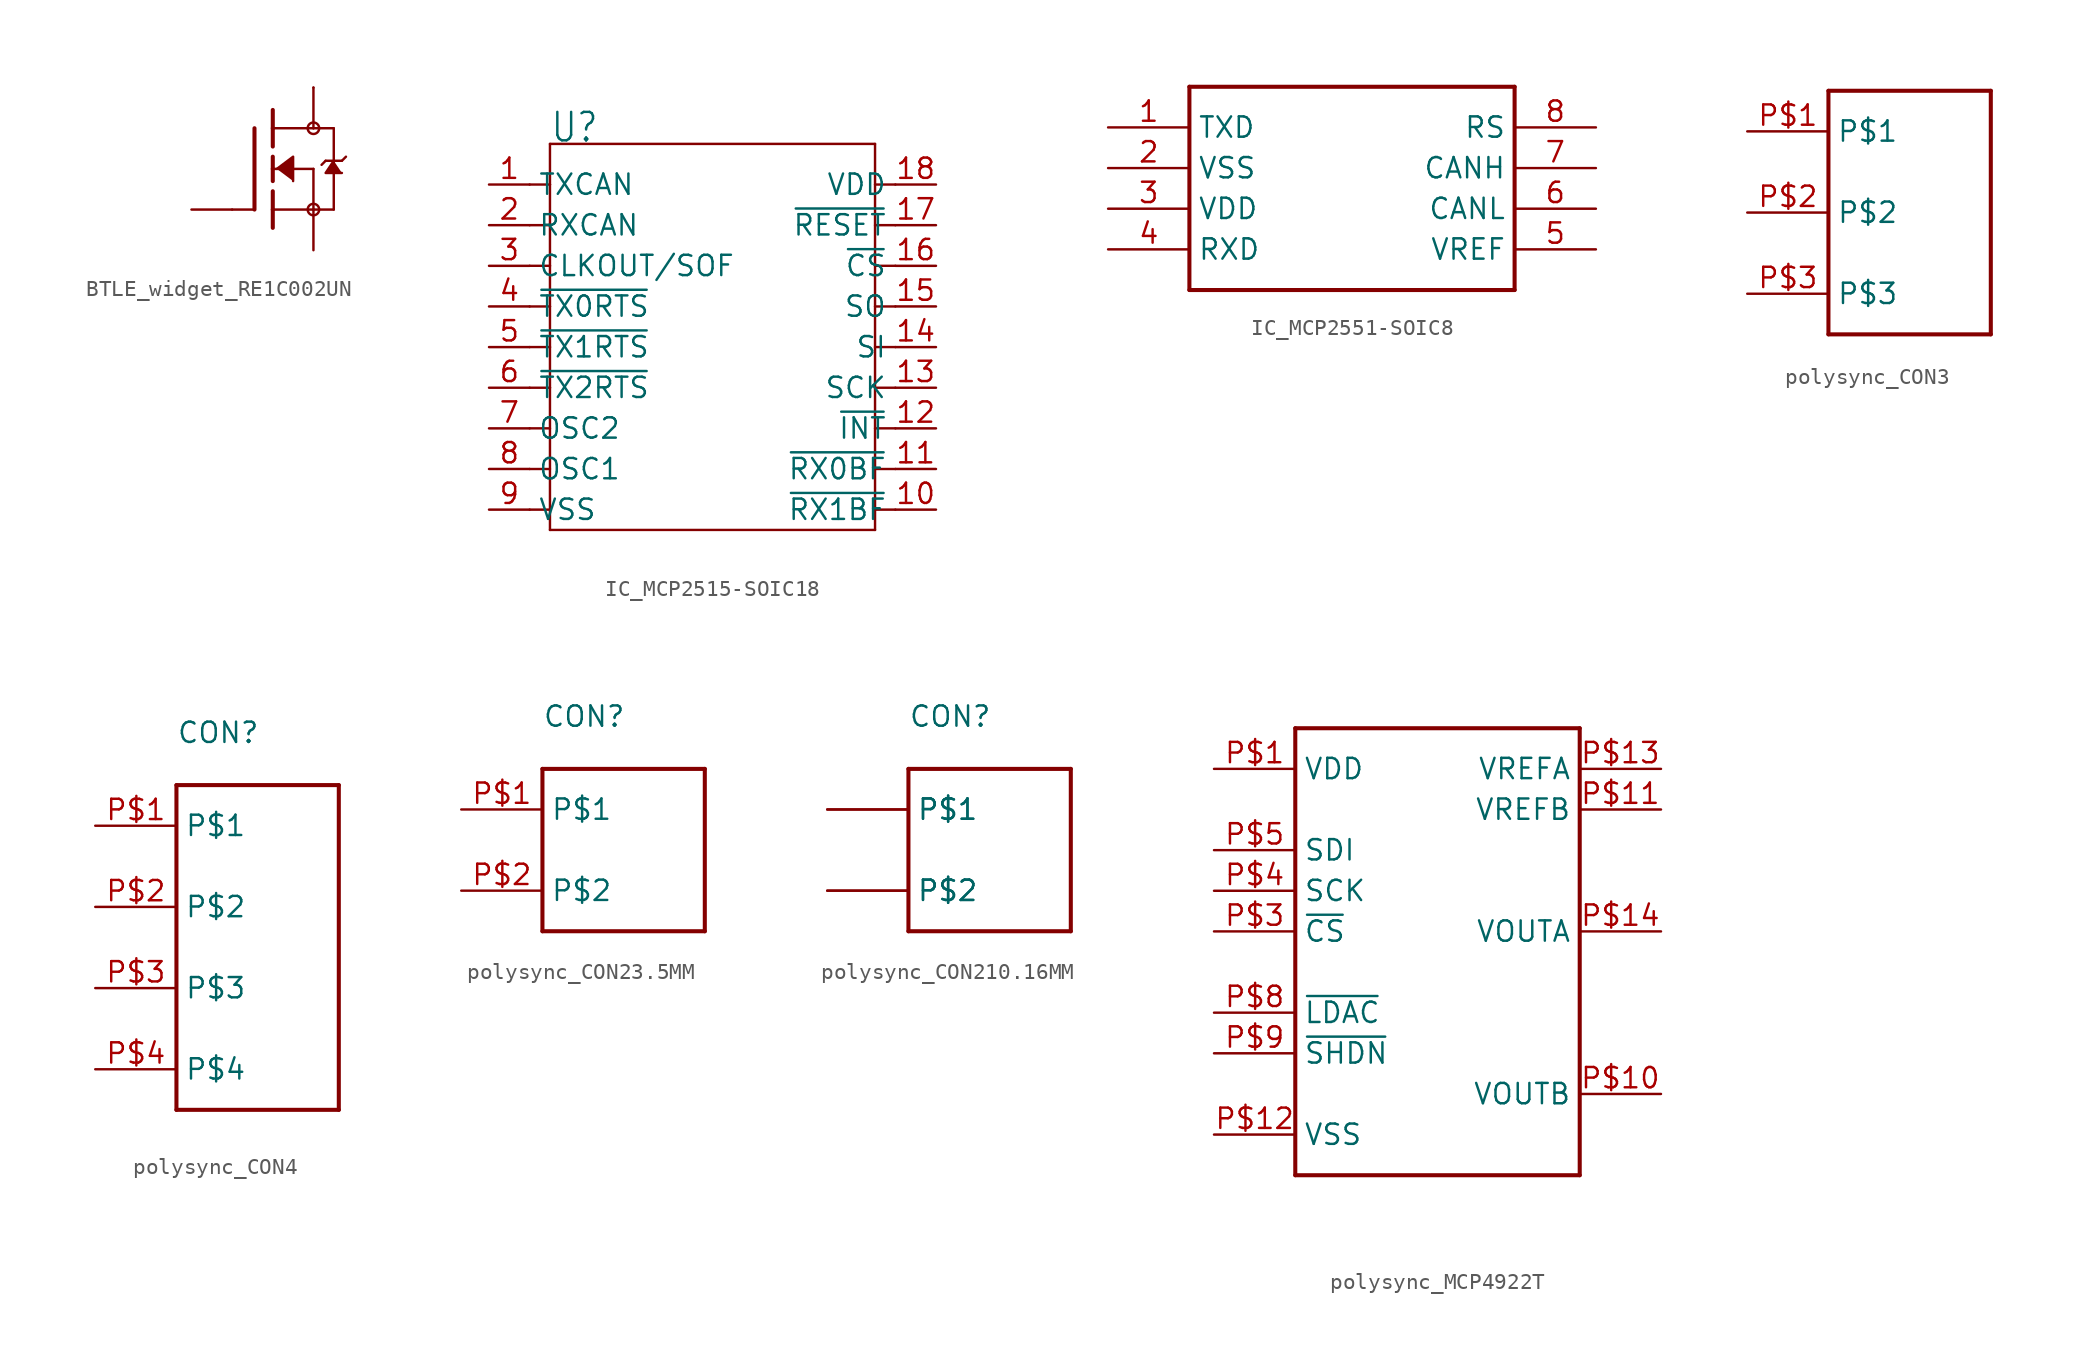
<source format=kicad_sym>
(kicad_symbol_lib
  (version 20220914)
  (generator kicad_symbol_editor)
  (symbol "BTLE_widget_RE1C002UN"
    (property "Reference" ""
      (at -11.43 2.54 0)
      (effects (font (size 1.778 1.511)) (justify left bottom) hide))
    (property "Value" ""
      (at -11.43 0 0)
      (effects (font (size 1.778 1.511)) (justify left bottom)))
    (property "ki_locked" ""
      (at 0 0 0)
      (effects (font (size 1.27 1.27))))
    (symbol "BTLE_widget_RE1C002UN_1_0"
      (polyline (pts (xy -2.54 -2.54) (xy -1.219 -2.54)) (stroke (width 0.152) (type solid)) (fill (type none)))
      (polyline (pts (xy -1.143 2.54) (xy -1.143 -2.54)) (stroke (width 0.254) (type solid)) (fill (type none)))
      (polyline (pts (xy 0 -2.54) (xy 0 -3.683)) (stroke (width 0.254) (type solid)) (fill (type none)))
      (polyline (pts (xy 0 -1.397) (xy 0 -2.54)) (stroke (width 0.254) (type solid)) (fill (type none)))
      (polyline (pts (xy 0 0) (xy 0 -0.762)) (stroke (width 0.254) (type solid)) (fill (type none)))
      (polyline (pts (xy 0 0) (xy 2.54 0)) (stroke (width 0.152) (type solid)) (fill (type none)))
      (polyline (pts (xy 0 0.762) (xy 0 0)) (stroke (width 0.254) (type solid)) (fill (type none)))
      (polyline (pts (xy 0 2.54) (xy 0 1.397)) (stroke (width 0.254) (type solid)) (fill (type none)))
      (polyline (pts (xy 0 2.54) (xy 2.54 2.54)) (stroke (width 0.152) (type solid)) (fill (type none)))
      (polyline (pts (xy 0 3.683) (xy 0 2.54)) (stroke (width 0.254) (type solid)) (fill (type none)))
      (polyline (pts (xy 2.54 -2.54) (xy 0 -2.54)) (stroke (width 0.152) (type solid)) (fill (type none)))
      (polyline (pts (xy 2.54 -2.54) (xy 3.81 -2.54)) (stroke (width 0.152) (type solid)) (fill (type none)))
      (polyline (pts (xy 2.54 0) (xy 2.54 -2.54)) (stroke (width 0.152) (type solid)) (fill (type none)))
      (polyline (pts (xy 2.54 2.54) (xy 2.54 5.08)) (stroke (width 0.152) (type solid)) (fill (type none)))
      (polyline (pts (xy 2.54 2.54) (xy 3.81 2.54)) (stroke (width 0.152) (type solid)) (fill (type none)))
      (polyline (pts (xy 3.302 0.508) (xy 3.048 0.254)) (stroke (width 0.152) (type solid)) (fill (type none)))
      (polyline (pts (xy 3.81 0.508) (xy 3.302 0.508)) (stroke (width 0.152) (type solid)) (fill (type none)))
      (polyline (pts (xy 3.81 0.508) (xy 3.81 -2.54)) (stroke (width 0.152) (type solid)) (fill (type none)))
      (polyline (pts (xy 3.81 2.54) (xy 3.81 0.508)) (stroke (width 0.152) (type solid)) (fill (type none)))
      (polyline (pts (xy 4.318 0.508) (xy 3.81 0.508)) (stroke (width 0.152) (type solid)) (fill (type none)))
      (polyline (pts (xy 4.572 0.762) (xy 4.318 0.508)) (stroke (width 0.152) (type solid)) (fill (type none)))
      (polyline (pts (xy 0.254 0) (xy 1.27 0.762) (xy 1.27 -0.762)) (stroke (width 0.152) (type solid)) (fill (type outline)))
      (polyline (pts (xy 3.81 0.508) (xy 3.302 -0.254) (xy 4.318 -0.254)) (stroke (width 0.152) (type solid)) (fill (type outline)))
      (circle (center 2.54 -2.54) (radius 0.359) (stroke (width 0) (type solid)) (fill (type none)))
      (circle (center 2.54 2.54) (radius 0.359) (stroke (width 0) (type solid)) (fill (type none)))
      (pin passive line (at -5.08 -2.54 0) (length 2.54) (name "G" (effects (font (size 0 0)))) (number "P$1" (effects (font (size 0 0)))))
      (pin passive line (at 2.54 -5.08 90) (length 2.54) (name "S" (effects (font (size 0 0)))) (number "P$2" (effects (font (size 0 0)))))
      (pin passive line (at 2.54 5.08 180) (length 0) (name "D" (effects (font (size 0 0)))) (number "P$3" (effects (font (size 0 0)))))))
  (symbol "IC_MCP2515-SOIC18"
    (property "Reference" "U"
      (at -10.16 12.7 0)
      (effects (font (size 1.778 1.511)) (justify left bottom)))
    (property "Value" ""
      (at 1.27 12.7 0)
      (effects (font (size 1.778 1.511)) (justify left bottom)))
    (property "ki_locked" ""
      (at 0 0 0)
      (effects (font (size 1.27 1.27))))
    (symbol "IC_MCP2515-SOIC18_1_0"
      (polyline (pts (xy -11.43 -10.16) (xy -10.16 -10.16)) (stroke (width 0.152) (type solid)) (fill (type none)))
      (polyline (pts (xy -11.43 -7.62) (xy -10.16 -7.62)) (stroke (width 0.152) (type solid)) (fill (type none)))
      (polyline (pts (xy -11.43 -5.08) (xy -10.16 -5.08)) (stroke (width 0.152) (type solid)) (fill (type none)))
      (polyline (pts (xy -11.43 -2.54) (xy -10.16 -2.54)) (stroke (width 0.152) (type solid)) (fill (type none)))
      (polyline (pts (xy -11.43 0) (xy -10.16 0)) (stroke (width 0.152) (type solid)) (fill (type none)))
      (polyline (pts (xy -11.43 2.54) (xy -10.16 2.54)) (stroke (width 0.152) (type solid)) (fill (type none)))
      (polyline (pts (xy -11.43 5.08) (xy -10.16 5.08)) (stroke (width 0.152) (type solid)) (fill (type none)))
      (polyline (pts (xy -11.43 7.62) (xy -10.16 7.62)) (stroke (width 0.152) (type solid)) (fill (type none)))
      (polyline (pts (xy -11.43 10.16) (xy -10.16 10.16)) (stroke (width 0.152) (type solid)) (fill (type none)))
      (polyline (pts (xy -10.16 -11.43) (xy -10.16 -2.54)) (stroke (width 0.152) (type solid)) (fill (type none)))
      (polyline (pts (xy -10.16 -2.54) (xy -10.16 0)) (stroke (width 0.152) (type solid)) (fill (type none)))
      (polyline (pts (xy -10.16 0) (xy -10.16 2.54)) (stroke (width 0.152) (type solid)) (fill (type none)))
      (polyline (pts (xy -10.16 2.54) (xy -10.16 5.08)) (stroke (width 0.152) (type solid)) (fill (type none)))
      (polyline (pts (xy -10.16 5.08) (xy -10.16 7.62)) (stroke (width 0.152) (type solid)) (fill (type none)))
      (polyline (pts (xy -10.16 7.62) (xy -10.16 10.16)) (stroke (width 0.152) (type solid)) (fill (type none)))
      (polyline (pts (xy -10.16 10.16) (xy -10.16 12.7)) (stroke (width 0.152) (type solid)) (fill (type none)))
      (polyline (pts (xy -10.16 12.7) (xy 10.16 12.7)) (stroke (width 0.152) (type solid)) (fill (type none)))
      (polyline (pts (xy 10.16 -11.43) (xy -10.16 -11.43)) (stroke (width 0.152) (type solid)) (fill (type none)))
      (polyline (pts (xy 10.16 -10.16) (xy 11.43 -10.16)) (stroke (width 0.152) (type solid)) (fill (type none)))
      (polyline (pts (xy 10.16 -7.62) (xy 11.43 -7.62)) (stroke (width 0.152) (type solid)) (fill (type none)))
      (polyline (pts (xy 10.16 -5.08) (xy 11.43 -5.08)) (stroke (width 0.152) (type solid)) (fill (type none)))
      (polyline (pts (xy 10.16 -2.54) (xy 11.43 -2.54)) (stroke (width 0.152) (type solid)) (fill (type none)))
      (polyline (pts (xy 10.16 0) (xy 11.43 0)) (stroke (width 0.152) (type solid)) (fill (type none)))
      (polyline (pts (xy 10.16 2.54) (xy 11.43 2.54)) (stroke (width 0.152) (type solid)) (fill (type none)))
      (polyline (pts (xy 10.16 5.08) (xy 11.43 5.08)) (stroke (width 0.152) (type solid)) (fill (type none)))
      (polyline (pts (xy 10.16 7.62) (xy 11.43 7.62)) (stroke (width 0.152) (type solid)) (fill (type none)))
      (polyline (pts (xy 10.16 10.16) (xy 11.43 10.16)) (stroke (width 0.152) (type solid)) (fill (type none)))
      (polyline (pts (xy 10.16 12.7) (xy 10.16 -11.43)) (stroke (width 0.152) (type solid)) (fill (type none)))
      (pin output line (at -13.97 10.16 0) (length 2.54) (name "TXCAN" (effects (font (size 1.27 1.27)))) (number "1" (effects (font (size 1.27 1.27)))))
      (pin output line (at 13.97 -10.16 180) (length 2.54) (name "~{RX1BF}" (effects (font (size 1.27 1.27)))) (number "10" (effects (font (size 1.27 1.27)))))
      (pin output line (at 13.97 -7.62 180) (length 2.54) (name "~{RX0BF}" (effects (font (size 1.27 1.27)))) (number "11" (effects (font (size 1.27 1.27)))))
      (pin output line (at 13.97 -5.08 180) (length 2.54) (name "~{INT}" (effects (font (size 1.27 1.27)))) (number "12" (effects (font (size 1.27 1.27)))))
      (pin input line (at 13.97 -2.54 180) (length 2.54) (name "SCK" (effects (font (size 1.27 1.27)))) (number "13" (effects (font (size 1.27 1.27)))))
      (pin input line (at 13.97 0 180) (length 2.54) (name "SI" (effects (font (size 1.27 1.27)))) (number "14" (effects (font (size 1.27 1.27)))))
      (pin output line (at 13.97 2.54 180) (length 2.54) (name "SO" (effects (font (size 1.27 1.27)))) (number "15" (effects (font (size 1.27 1.27)))))
      (pin input line (at 13.97 5.08 180) (length 2.54) (name "~{CS}" (effects (font (size 1.27 1.27)))) (number "16" (effects (font (size 1.27 1.27)))))
      (pin input line (at 13.97 7.62 180) (length 2.54) (name "~{RESET}" (effects (font (size 1.27 1.27)))) (number "17" (effects (font (size 1.27 1.27)))))
      (pin power_in line (at 13.97 10.16 180) (length 2.54) (name "VDD" (effects (font (size 1.27 1.27)))) (number "18" (effects (font (size 1.27 1.27)))))
      (pin input line (at -13.97 7.62 0) (length 2.54) (name "RXCAN" (effects (font (size 1.27 1.27)))) (number "2" (effects (font (size 1.27 1.27)))))
      (pin output line (at -13.97 5.08 0) (length 2.54) (name "CLKOUT/SOF" (effects (font (size 1.27 1.27)))) (number "3" (effects (font (size 1.27 1.27)))))
      (pin input line (at -13.97 2.54 0) (length 2.54) (name "~{TX0RTS}" (effects (font (size 1.27 1.27)))) (number "4" (effects (font (size 1.27 1.27)))))
      (pin input line (at -13.97 0 0) (length 2.54) (name "~{TX1RTS}" (effects (font (size 1.27 1.27)))) (number "5" (effects (font (size 1.27 1.27)))))
      (pin input line (at -13.97 -2.54 0) (length 2.54) (name "~{TX2RTS}" (effects (font (size 1.27 1.27)))) (number "6" (effects (font (size 1.27 1.27)))))
      (pin output line (at -13.97 -5.08 0) (length 2.54) (name "OSC2" (effects (font (size 1.27 1.27)))) (number "7" (effects (font (size 1.27 1.27)))))
      (pin input line (at -13.97 -7.62 0) (length 2.54) (name "OSC1" (effects (font (size 1.27 1.27)))) (number "8" (effects (font (size 1.27 1.27)))))
      (pin power_in line (at -13.97 -10.16 0) (length 2.54) (name "VSS" (effects (font (size 1.27 1.27)))) (number "9" (effects (font (size 1.27 1.27)))))))
  (symbol "IC_MCP2551-SOIC8"
    (property "Reference" "U"
      (at -10.16 6.35 0)
      (effects (font (size 1.778 1.511)) (justify left bottom) hide))
    (property "ki_locked" ""
      (at 0 0 0)
      (effects (font (size 1.27 1.27))))
    (symbol "IC_MCP2551-SOIC8_1_0"
      (polyline (pts (xy -10.16 -6.35) (xy 10.16 -6.35)) (stroke (width 0.254) (type solid)) (fill (type none)))
      (polyline (pts (xy -10.16 6.35) (xy -10.16 -6.35)) (stroke (width 0.254) (type solid)) (fill (type none)))
      (polyline (pts (xy 10.16 -6.35) (xy 10.16 6.35)) (stroke (width 0.254) (type solid)) (fill (type none)))
      (polyline (pts (xy 10.16 6.35) (xy -10.16 6.35)) (stroke (width 0.254) (type solid)) (fill (type none)))
      (pin bidirectional line (at -15.24 3.81 0) (length 5.08) (name "TXD" (effects (font (size 1.27 1.27)))) (number "1" (effects (font (size 1.27 1.27)))))
      (pin bidirectional line (at -15.24 1.27 0) (length 5.08) (name "VSS" (effects (font (size 1.27 1.27)))) (number "2" (effects (font (size 1.27 1.27)))))
      (pin bidirectional line (at -15.24 -1.27 0) (length 5.08) (name "VDD" (effects (font (size 1.27 1.27)))) (number "3" (effects (font (size 1.27 1.27)))))
      (pin bidirectional line (at -15.24 -3.81 0) (length 5.08) (name "RXD" (effects (font (size 1.27 1.27)))) (number "4" (effects (font (size 1.27 1.27)))))
      (pin bidirectional line (at 15.24 -3.81 180) (length 5.08) (name "VREF" (effects (font (size 1.27 1.27)))) (number "5" (effects (font (size 1.27 1.27)))))
      (pin bidirectional line (at 15.24 -1.27 180) (length 5.08) (name "CANL" (effects (font (size 1.27 1.27)))) (number "6" (effects (font (size 1.27 1.27)))))
      (pin bidirectional line (at 15.24 1.27 180) (length 5.08) (name "CANH" (effects (font (size 1.27 1.27)))) (number "7" (effects (font (size 1.27 1.27)))))
      (pin bidirectional line (at 15.24 3.81 180) (length 5.08) (name "RS" (effects (font (size 1.27 1.27)))) (number "8" (effects (font (size 1.27 1.27)))))))
  (symbol "polysync_CON3"
    (property "Reference" ""
      (at -5.08 10.16 0)
      (effects (font (size 1.27 1.27)) (justify left bottom) hide))
    (property "ki_locked" ""
      (at 0 0 0)
      (effects (font (size 1.27 1.27))))
    (symbol "polysync_CON3_1_0"
      (polyline (pts (xy -5.08 -7.62) (xy -5.08 7.62)) (stroke (width 0.254) (type solid)) (fill (type none)))
      (polyline (pts (xy -5.08 7.62) (xy 5.08 7.62)) (stroke (width 0.254) (type solid)) (fill (type none)))
      (polyline (pts (xy 5.08 -7.62) (xy -5.08 -7.62)) (stroke (width 0.254) (type solid)) (fill (type none)))
      (polyline (pts (xy 5.08 7.62) (xy 5.08 -7.62)) (stroke (width 0.254) (type solid)) (fill (type none)))
      (pin bidirectional line (at -10.16 5.08 0) (length 5.08) (name "P$1" (effects (font (size 1.27 1.27)))) (number "P$1" (effects (font (size 1.27 1.27)))))
      (pin bidirectional line (at -10.16 0 0) (length 5.08) (name "P$2" (effects (font (size 1.27 1.27)))) (number "P$2" (effects (font (size 1.27 1.27)))))
      (pin bidirectional line (at -10.16 -5.08 0) (length 5.08) (name "P$3" (effects (font (size 1.27 1.27)))) (number "P$3" (effects (font (size 1.27 1.27)))))))
  (symbol "polysync_CON4"
    (property "Reference" "CON"
      (at 5.08 5.08 0)
      (effects (font (size 1.27 1.27)) (justify left bottom)))
    (property "ki_locked" ""
      (at 0 0 0)
      (effects (font (size 1.27 1.27))))
    (symbol "polysync_CON4_1_0"
      (polyline (pts (xy 5.08 -17.78) (xy 5.08 2.54)) (stroke (width 0.254) (type solid)) (fill (type none)))
      (polyline (pts (xy 5.08 2.54) (xy 15.24 2.54)) (stroke (width 0.254) (type solid)) (fill (type none)))
      (polyline (pts (xy 15.24 -17.78) (xy 5.08 -17.78)) (stroke (width 0.254) (type solid)) (fill (type none)))
      (polyline (pts (xy 15.24 2.54) (xy 15.24 -17.78)) (stroke (width 0.254) (type solid)) (fill (type none)))
      (pin bidirectional line (at 0 0 0) (length 5.08) (name "P$1" (effects (font (size 1.27 1.27)))) (number "P$1" (effects (font (size 1.27 1.27)))))
      (pin bidirectional line (at 0 -5.08 0) (length 5.08) (name "P$2" (effects (font (size 1.27 1.27)))) (number "P$2" (effects (font (size 1.27 1.27)))))
      (pin bidirectional line (at 0 -10.16 0) (length 5.08) (name "P$3" (effects (font (size 1.27 1.27)))) (number "P$3" (effects (font (size 1.27 1.27)))))
      (pin bidirectional line (at 0 -15.24 0) (length 5.08) (name "P$4" (effects (font (size 1.27 1.27)))) (number "P$4" (effects (font (size 1.27 1.27)))))))
  (symbol "polysync_CON23.5MM"
    (property "Reference" "CON"
      (at -7.62 5.08 0)
      (effects (font (size 1.27 1.27)) (justify left bottom)))
    (property "ki_locked" ""
      (at 0 0 0)
      (effects (font (size 1.27 1.27))))
    (symbol "polysync_CON23.5MM_1_0"
      (polyline (pts (xy -7.62 -7.62) (xy -7.62 2.54)) (stroke (width 0.254) (type solid)) (fill (type none)))
      (polyline (pts (xy -7.62 2.54) (xy 2.54 2.54)) (stroke (width 0.254) (type solid)) (fill (type none)))
      (polyline (pts (xy 2.54 -7.62) (xy -7.62 -7.62)) (stroke (width 0.254) (type solid)) (fill (type none)))
      (polyline (pts (xy 2.54 2.54) (xy 2.54 -7.62)) (stroke (width 0.254) (type solid)) (fill (type none)))
      (pin bidirectional line (at -12.7 0 0) (length 5.08) (name "P$1" (effects (font (size 1.27 1.27)))) (number "P$1" (effects (font (size 1.27 1.27)))))
      (pin bidirectional line (at -12.7 -5.08 0) (length 5.08) (name "P$2" (effects (font (size 1.27 1.27)))) (number "P$2" (effects (font (size 1.27 1.27)))))))
  (symbol "polysync_CON210.16MM"
    (property "Reference" "CON"
      (at -7.62 5.08 0)
      (effects (font (size 1.27 1.27)) (justify left bottom)))
    (property "ki_locked" ""
      (at 0 0 0)
      (effects (font (size 1.27 1.27))))
    (symbol "polysync_CON210.16MM_1_0"
      (polyline (pts (xy -7.62 -7.62) (xy -7.62 2.54)) (stroke (width 0.254) (type solid)) (fill (type none)))
      (polyline (pts (xy -7.62 2.54) (xy 2.54 2.54)) (stroke (width 0.254) (type solid)) (fill (type none)))
      (polyline (pts (xy 2.54 -7.62) (xy -7.62 -7.62)) (stroke (width 0.254) (type solid)) (fill (type none)))
      (polyline (pts (xy 2.54 2.54) (xy 2.54 -7.62)) (stroke (width 0.254) (type solid)) (fill (type none)))
      (pin bidirectional line (at -12.7 0 0) (length 5.08) (name "P$1" (effects (font (size 1.27 1.27)))) (number "P$1" (effects (font (size 0 0)))))
      (pin bidirectional line (at -12.7 0 0) (length 5.08) (name "P$1" (effects (font (size 1.27 1.27)))) (number "P$2" (effects (font (size 0 0)))))
      (pin bidirectional line (at -12.7 -5.08 0) (length 5.08) (name "P$2" (effects (font (size 1.27 1.27)))) (number "P$3" (effects (font (size 0 0)))))
      (pin bidirectional line (at -12.7 -5.08 0) (length 5.08) (name "P$2" (effects (font (size 1.27 1.27)))) (number "P$4" (effects (font (size 0 0)))))))
  (symbol "polysync_MCP4922T"
    (property "Reference" ""
      (at -7.62 17.78 0)
      (effects (font (size 1.778 1.511)) (justify left bottom) hide))
    (property "Value" ""
      (at -7.62 -15.24 0)
      (effects (font (size 1.778 1.511)) (justify left bottom)))
    (property "ki_locked" ""
      (at 0 0 0)
      (effects (font (size 1.27 1.27))))
    (symbol "polysync_MCP4922T_1_0"
      (polyline (pts (xy -7.62 -12.7) (xy -7.62 15.24)) (stroke (width 0.254) (type solid)) (fill (type none)))
      (polyline (pts (xy -7.62 15.24) (xy 10.16 15.24)) (stroke (width 0.254) (type solid)) (fill (type none)))
      (polyline (pts (xy 10.16 -12.7) (xy -7.62 -12.7)) (stroke (width 0.254) (type solid)) (fill (type none)))
      (polyline (pts (xy 10.16 15.24) (xy 10.16 -12.7)) (stroke (width 0.254) (type solid)) (fill (type none)))
      (pin bidirectional line (at -12.7 12.7 0) (length 5.08) (name "VDD" (effects (font (size 1.27 1.27)))) (number "P$1" (effects (font (size 1.27 1.27)))))
      (pin bidirectional line (at 15.24 -7.62 180) (length 5.08) (name "VOUTB" (effects (font (size 1.27 1.27)))) (number "P$10" (effects (font (size 1.27 1.27)))))
      (pin bidirectional line (at 15.24 10.16 180) (length 5.08) (name "VREFB" (effects (font (size 1.27 1.27)))) (number "P$11" (effects (font (size 1.27 1.27)))))
      (pin bidirectional line (at -12.7 -10.16 0) (length 5.08) (name "VSS" (effects (font (size 1.27 1.27)))) (number "P$12" (effects (font (size 1.27 1.27)))))
      (pin bidirectional line (at 15.24 12.7 180) (length 5.08) (name "VREFA" (effects (font (size 1.27 1.27)))) (number "P$13" (effects (font (size 1.27 1.27)))))
      (pin bidirectional line (at 15.24 2.54 180) (length 5.08) (name "VOUTA" (effects (font (size 1.27 1.27)))) (number "P$14" (effects (font (size 1.27 1.27)))))
      (pin bidirectional line (at -12.7 2.54 0) (length 5.08) (name "~{CS}" (effects (font (size 1.27 1.27)))) (number "P$3" (effects (font (size 1.27 1.27)))))
      (pin bidirectional line (at -12.7 5.08 0) (length 5.08) (name "SCK" (effects (font (size 1.27 1.27)))) (number "P$4" (effects (font (size 1.27 1.27)))))
      (pin bidirectional line (at -12.7 7.62 0) (length 5.08) (name "SDI" (effects (font (size 1.27 1.27)))) (number "P$5" (effects (font (size 1.27 1.27)))))
      (pin bidirectional line (at -12.7 -2.54 0) (length 5.08) (name "~{LDAC}" (effects (font (size 1.27 1.27)))) (number "P$8" (effects (font (size 1.27 1.27)))))
      (pin bidirectional line (at -12.7 -5.08 0) (length 5.08) (name "~{SHDN}" (effects (font (size 1.27 1.27)))) (number "P$9" (effects (font (size 1.27 1.27))))))))
</source>
